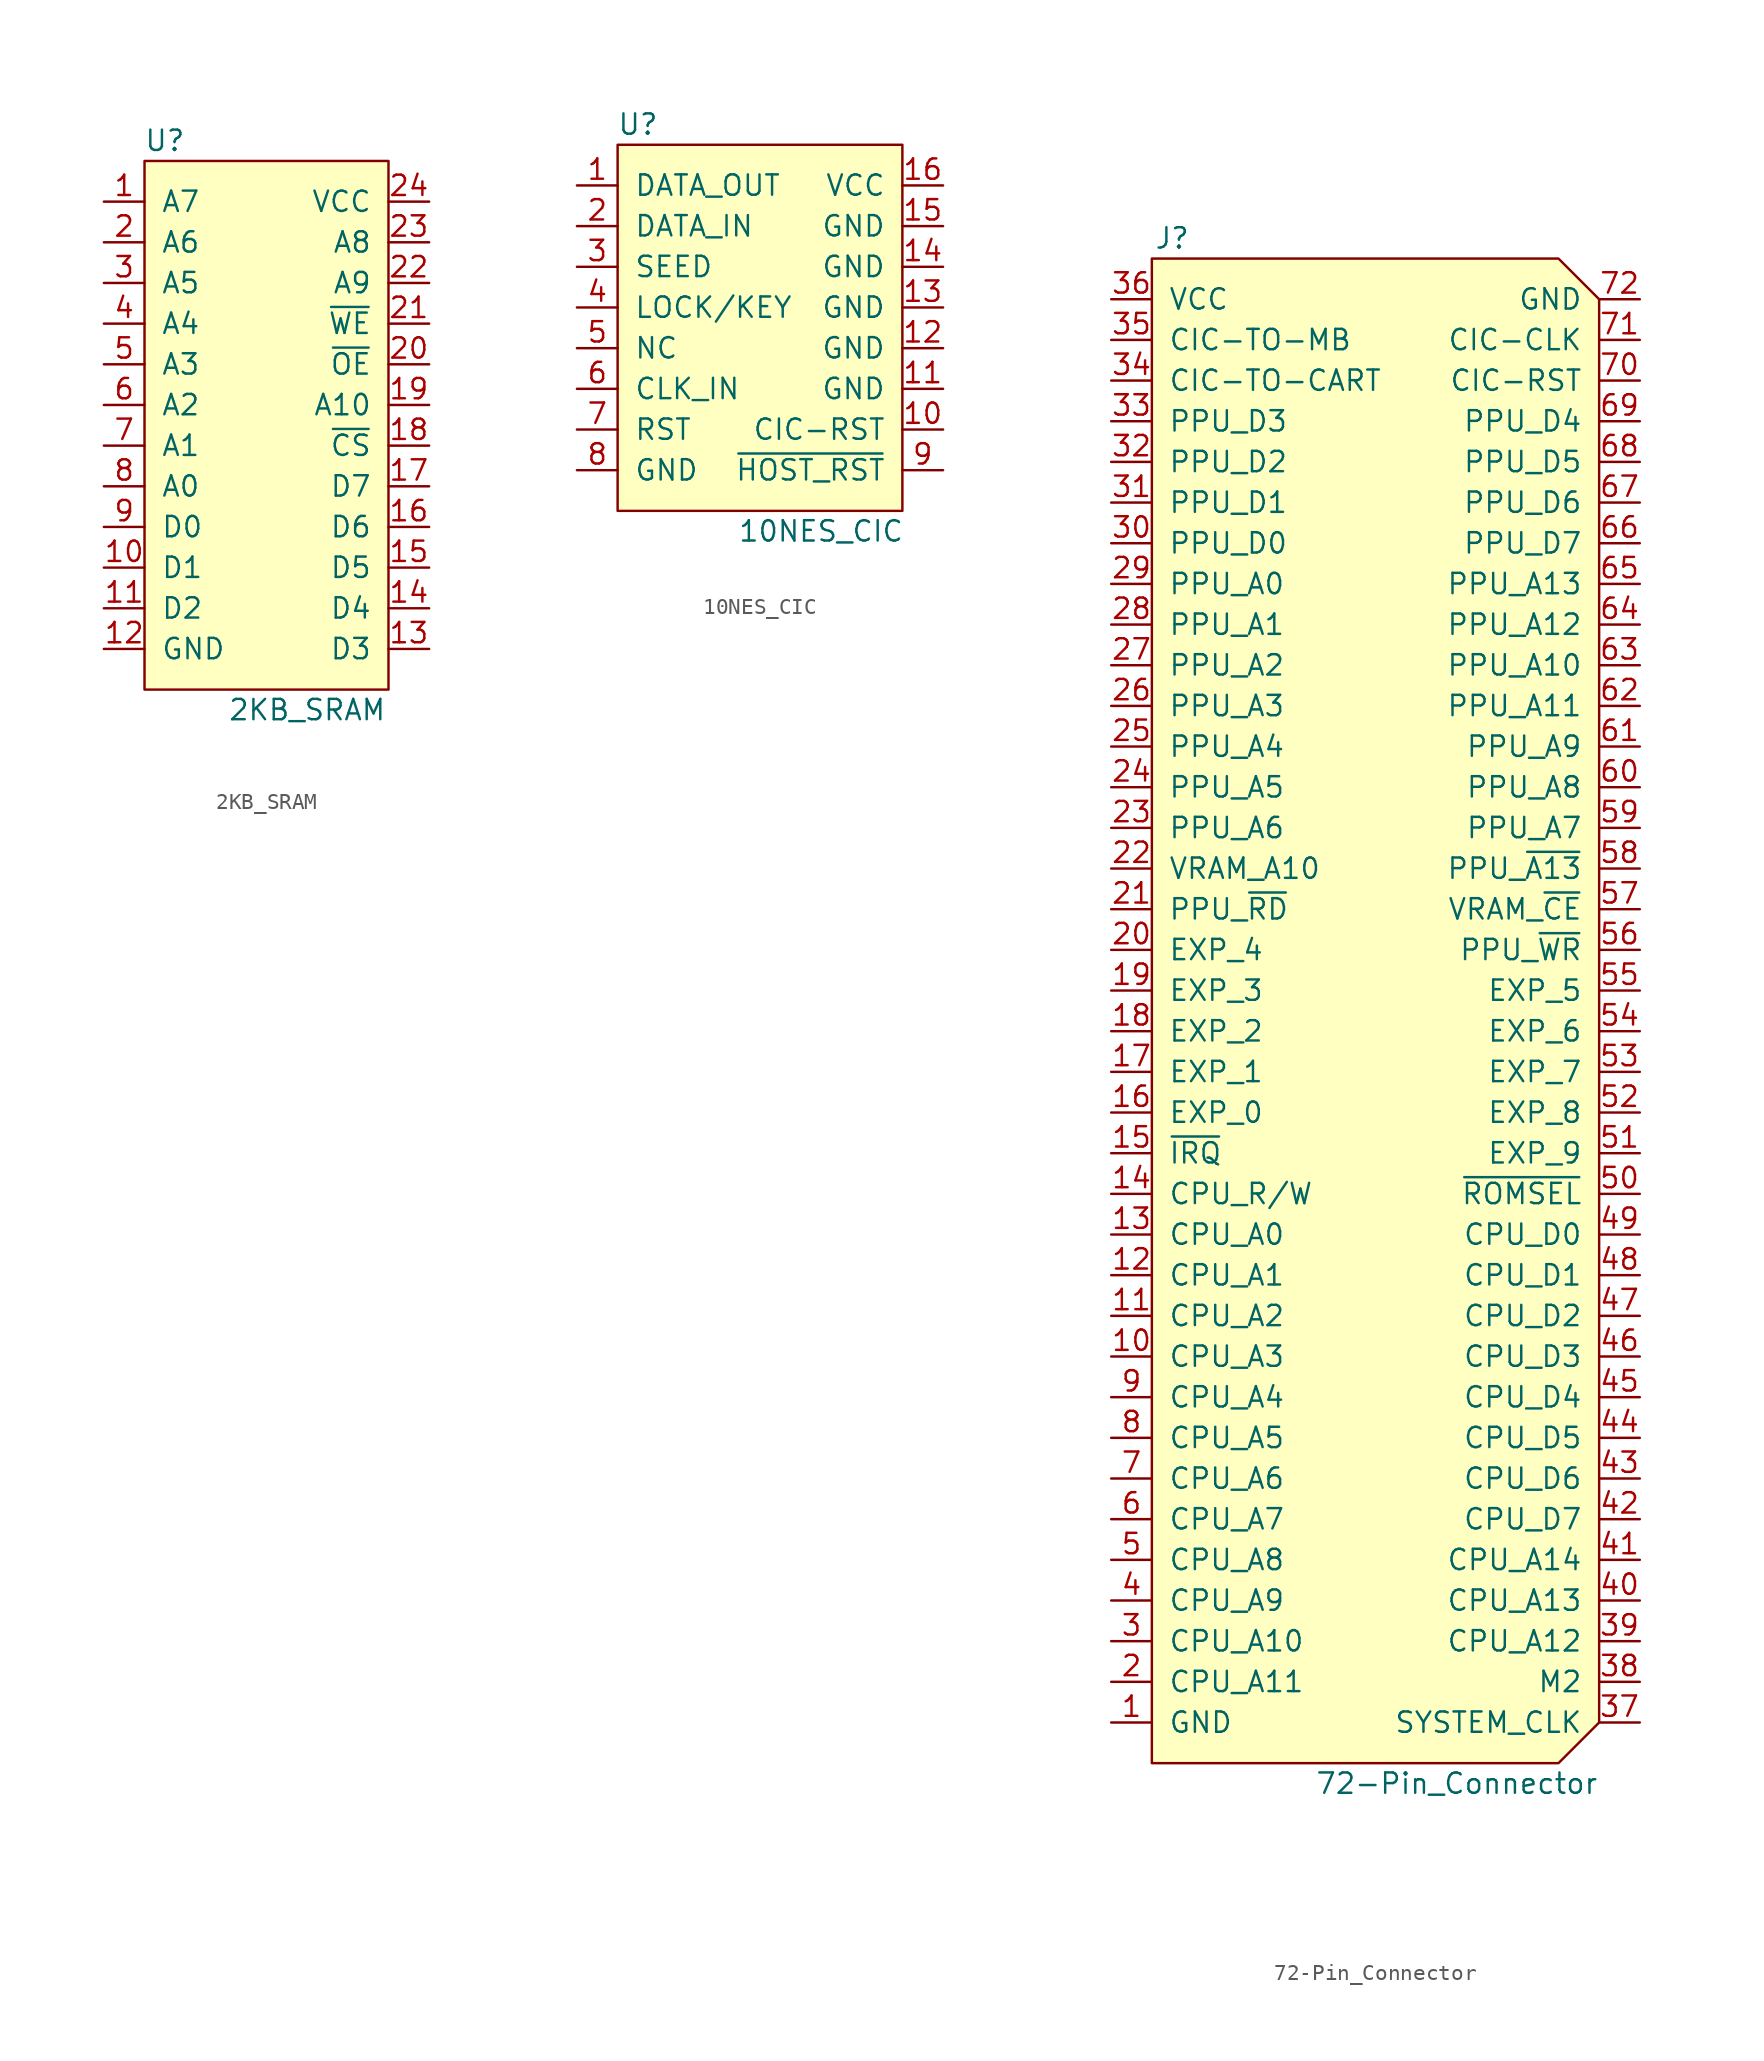
<source format=kicad_sym>
(kicad_symbol_lib
  (version 20231120)
  (generator "kicad_symbol_editor")
  (generator_version "8.0")
  (symbol "2KB_SRAM"
    (pin_names
      (offset 1.016))
    (property "Reference" "U"
      (at -6.35 17.78 0)
      (effects (font (size 1.27 1.27))))
    (property "Value" "2KB_SRAM"
      (at 2.54 -17.78 0)
      (effects (font (size 1.27 1.27))))
    (symbol "2KB_SRAM_0_1"
      (rectangle (start 7.62 16.51) (end -7.62 -16.51) (stroke (width 0) (type solid)) (fill (type background))))
    (symbol "2KB_SRAM_1_1"
      (pin passive line (at -10.16 13.97 0) (length 2.54) (name "A7" (effects (font (size 1.27 1.27)))) (number "1" (effects (font (size 1.27 1.27)))))
      (pin passive line (at -10.16 -8.89 0) (length 2.54) (name "D1" (effects (font (size 1.27 1.27)))) (number "10" (effects (font (size 1.27 1.27)))))
      (pin passive line (at -10.16 -11.43 0) (length 2.54) (name "D2" (effects (font (size 1.27 1.27)))) (number "11" (effects (font (size 1.27 1.27)))))
      (pin passive line (at -10.16 -13.97 0) (length 2.54) (name "GND~{}" (effects (font (size 1.27 1.27)))) (number "12" (effects (font (size 1.27 1.27)))))
      (pin passive line (at 10.16 -13.97 180) (length 2.54) (name "D3" (effects (font (size 1.27 1.27)))) (number "13" (effects (font (size 1.27 1.27)))))
      (pin passive line (at 10.16 -11.43 180) (length 2.54) (name "D4" (effects (font (size 1.27 1.27)))) (number "14" (effects (font (size 1.27 1.27)))))
      (pin passive line (at 10.16 -8.89 180) (length 2.54) (name "D5" (effects (font (size 1.27 1.27)))) (number "15" (effects (font (size 1.27 1.27)))))
      (pin passive line (at 10.16 -6.35 180) (length 2.54) (name "D6" (effects (font (size 1.27 1.27)))) (number "16" (effects (font (size 1.27 1.27)))))
      (pin passive line (at 10.16 -3.81 180) (length 2.54) (name "D7" (effects (font (size 1.27 1.27)))) (number "17" (effects (font (size 1.27 1.27)))))
      (pin passive line (at 10.16 -1.27 180) (length 2.54) (name "~{CS}" (effects (font (size 1.27 1.27)))) (number "18" (effects (font (size 1.27 1.27)))))
      (pin passive line (at 10.16 1.27 180) (length 2.54) (name "A10" (effects (font (size 1.27 1.27)))) (number "19" (effects (font (size 1.27 1.27)))))
      (pin passive line (at -10.16 11.43 0) (length 2.54) (name "A6~{}" (effects (font (size 1.27 1.27)))) (number "2" (effects (font (size 1.27 1.27)))))
      (pin passive line (at 10.16 3.81 180) (length 2.54) (name "~{OE}" (effects (font (size 1.27 1.27)))) (number "20" (effects (font (size 1.27 1.27)))))
      (pin passive line (at 10.16 6.35 180) (length 2.54) (name "~{WE}" (effects (font (size 1.27 1.27)))) (number "21" (effects (font (size 1.27 1.27)))))
      (pin passive line (at 10.16 8.89 180) (length 2.54) (name "A9" (effects (font (size 1.27 1.27)))) (number "22" (effects (font (size 1.27 1.27)))))
      (pin passive line (at 10.16 11.43 180) (length 2.54) (name "A8" (effects (font (size 1.27 1.27)))) (number "23" (effects (font (size 1.27 1.27)))))
      (pin passive line (at 10.16 13.97 180) (length 2.54) (name "VCC" (effects (font (size 1.27 1.27)))) (number "24" (effects (font (size 1.27 1.27)))))
      (pin passive line (at -10.16 8.89 0) (length 2.54) (name "A5~{}" (effects (font (size 1.27 1.27)))) (number "3" (effects (font (size 1.27 1.27)))))
      (pin passive line (at -10.16 6.35 0) (length 2.54) (name "A4~{}" (effects (font (size 1.27 1.27)))) (number "4" (effects (font (size 1.27 1.27)))))
      (pin passive line (at -10.16 3.81 0) (length 2.54) (name "A3~{}" (effects (font (size 1.27 1.27)))) (number "5" (effects (font (size 1.27 1.27)))))
      (pin passive line (at -10.16 1.27 0) (length 2.54) (name "A2" (effects (font (size 1.27 1.27)))) (number "6" (effects (font (size 1.27 1.27)))))
      (pin passive line (at -10.16 -1.27 0) (length 2.54) (name "A1" (effects (font (size 1.27 1.27)))) (number "7" (effects (font (size 1.27 1.27)))))
      (pin passive line (at -10.16 -3.81 0) (length 2.54) (name "A0" (effects (font (size 1.27 1.27)))) (number "8" (effects (font (size 1.27 1.27)))))
      (pin passive line (at -10.16 -6.35 0) (length 2.54) (name "D0" (effects (font (size 1.27 1.27)))) (number "9" (effects (font (size 1.27 1.27)))))))
  (symbol "10NES_CIC"
    (pin_names
      (offset 1.016))
    (property "Reference" "U"
      (at -7.62 13.97 0)
      (effects (font (size 1.27 1.27))))
    (property "Value" "10NES_CIC"
      (at 3.81 -11.43 0)
      (effects (font (size 1.27 1.27))))
    (symbol "10NES_CIC_0_1"
      (rectangle (start -8.89 12.7) (end 8.89 -10.16) (stroke (width 0) (type solid)) (fill (type background))))
    (symbol "10NES_CIC_1_1"
      (pin output line (at -11.43 10.16 0) (length 2.54) (name "DATA_OUT" (effects (font (size 1.27 1.27)))) (number "1" (effects (font (size 1.27 1.27)))))
      (pin output line (at 11.43 -5.08 180) (length 2.54) (name "CIC-RST" (effects (font (size 1.27 1.27)))) (number "10" (effects (font (size 1.27 1.27)))))
      (pin passive line (at 11.43 -2.54 180) (length 2.54) (name "GND" (effects (font (size 1.27 1.27)))) (number "11" (effects (font (size 1.27 1.27)))))
      (pin passive line (at 11.43 0 180) (length 2.54) (name "GND" (effects (font (size 1.27 1.27)))) (number "12" (effects (font (size 1.27 1.27)))))
      (pin passive line (at 11.43 2.54 180) (length 2.54) (name "GND" (effects (font (size 1.27 1.27)))) (number "13" (effects (font (size 1.27 1.27)))))
      (pin passive line (at 11.43 5.08 180) (length 2.54) (name "GND" (effects (font (size 1.27 1.27)))) (number "14" (effects (font (size 1.27 1.27)))))
      (pin passive line (at 11.43 7.62 180) (length 2.54) (name "GND" (effects (font (size 1.27 1.27)))) (number "15" (effects (font (size 1.27 1.27)))))
      (pin passive line (at 11.43 10.16 180) (length 2.54) (name "VCC" (effects (font (size 1.27 1.27)))) (number "16" (effects (font (size 1.27 1.27)))))
      (pin input line (at -11.43 7.62 0) (length 2.54) (name "DATA_IN" (effects (font (size 1.27 1.27)))) (number "2" (effects (font (size 1.27 1.27)))))
      (pin input line (at -11.43 5.08 0) (length 2.54) (name "SEED" (effects (font (size 1.27 1.27)))) (number "3" (effects (font (size 1.27 1.27)))))
      (pin input line (at -11.43 2.54 0) (length 2.54) (name "LOCK/KEY" (effects (font (size 1.27 1.27)))) (number "4" (effects (font (size 1.27 1.27)))))
      (pin passive line (at -11.43 0 0) (length 2.54) (name "NC" (effects (font (size 1.27 1.27)))) (number "5" (effects (font (size 1.27 1.27)))))
      (pin input line (at -11.43 -2.54 0) (length 2.54) (name "CLK_IN" (effects (font (size 1.27 1.27)))) (number "6" (effects (font (size 1.27 1.27)))))
      (pin input line (at -11.43 -5.08 0) (length 2.54) (name "RST" (effects (font (size 1.27 1.27)))) (number "7" (effects (font (size 1.27 1.27)))))
      (pin passive line (at -11.43 -7.62 0) (length 2.54) (name "GND" (effects (font (size 1.27 1.27)))) (number "8" (effects (font (size 1.27 1.27)))))
      (pin output line (at 11.43 -7.62 180) (length 2.54) (name "~{HOST_RST}" (effects (font (size 1.27 1.27)))) (number "9" (effects (font (size 1.27 1.27)))))))
  (symbol "72-Pin_Connector"
    (pin_names
      (offset 1.016))
    (property "Reference" "J"
      (at -12.7 49.53 0)
      (effects (font (size 1.27 1.27))))
    (property "Value" "72-Pin_Connector"
      (at 5.08 -46.99 0)
      (effects (font (size 1.27 1.27))))
    (symbol "72-Pin_Connector_0_1"
      (polyline (pts (xy 13.97 -43.18) (xy 11.43 -45.72) (xy -13.97 -45.72) (xy -13.97 48.26) (xy 11.43 48.26) (xy 13.97 45.72) (xy 13.97 -43.18)) (stroke (width 0) (type solid)) (fill (type background))))
    (symbol "72-Pin_Connector_1_1"
      (pin passive line (at -16.51 -43.18 0) (length 2.54) (name "GND" (effects (font (size 1.27 1.27)))) (number "1" (effects (font (size 1.27 1.27)))))
      (pin input line (at -16.51 -20.32 0) (length 2.54) (name "CPU_A3" (effects (font (size 1.27 1.27)))) (number "10" (effects (font (size 1.27 1.27)))))
      (pin input line (at -16.51 -17.78 0) (length 2.54) (name "CPU_A2" (effects (font (size 1.27 1.27)))) (number "11" (effects (font (size 1.27 1.27)))))
      (pin input line (at -16.51 -15.24 0) (length 2.54) (name "CPU_A1" (effects (font (size 1.27 1.27)))) (number "12" (effects (font (size 1.27 1.27)))))
      (pin input line (at -16.51 -12.7 0) (length 2.54) (name "CPU_A0" (effects (font (size 1.27 1.27)))) (number "13" (effects (font (size 1.27 1.27)))))
      (pin input line (at -16.51 -10.16 0) (length 2.54) (name "CPU_R/W" (effects (font (size 1.27 1.27)))) (number "14" (effects (font (size 1.27 1.27)))))
      (pin output line (at -16.51 -7.62 0) (length 2.54) (name "~{IRQ}" (effects (font (size 1.27 1.27)))) (number "15" (effects (font (size 1.27 1.27)))))
      (pin passive line (at -16.51 -5.08 0) (length 2.54) (name "EXP_0" (effects (font (size 1.27 1.27)))) (number "16" (effects (font (size 1.27 1.27)))))
      (pin passive line (at -16.51 -2.54 0) (length 2.54) (name "EXP_1" (effects (font (size 1.27 1.27)))) (number "17" (effects (font (size 1.27 1.27)))))
      (pin passive line (at -16.51 0 0) (length 2.54) (name "EXP_2" (effects (font (size 1.27 1.27)))) (number "18" (effects (font (size 1.27 1.27)))))
      (pin passive line (at -16.51 2.54 0) (length 2.54) (name "EXP_3" (effects (font (size 1.27 1.27)))) (number "19" (effects (font (size 1.27 1.27)))))
      (pin input line (at -16.51 -40.64 0) (length 2.54) (name "CPU_A11" (effects (font (size 1.27 1.27)))) (number "2" (effects (font (size 1.27 1.27)))))
      (pin passive line (at -16.51 5.08 0) (length 2.54) (name "EXP_4" (effects (font (size 1.27 1.27)))) (number "20" (effects (font (size 1.27 1.27)))))
      (pin input line (at -16.51 7.62 0) (length 2.54) (name "PPU_~{RD}" (effects (font (size 1.27 1.27)))) (number "21" (effects (font (size 1.27 1.27)))))
      (pin output line (at -16.51 10.16 0) (length 2.54) (name "VRAM_A10" (effects (font (size 1.27 1.27)))) (number "22" (effects (font (size 1.27 1.27)))))
      (pin input line (at -16.51 12.7 0) (length 2.54) (name "PPU_A6" (effects (font (size 1.27 1.27)))) (number "23" (effects (font (size 1.27 1.27)))))
      (pin input line (at -16.51 15.24 0) (length 2.54) (name "PPU_A5" (effects (font (size 1.27 1.27)))) (number "24" (effects (font (size 1.27 1.27)))))
      (pin input line (at -16.51 17.78 0) (length 2.54) (name "PPU_A4" (effects (font (size 1.27 1.27)))) (number "25" (effects (font (size 1.27 1.27)))))
      (pin input line (at -16.51 20.32 0) (length 2.54) (name "PPU_A3" (effects (font (size 1.27 1.27)))) (number "26" (effects (font (size 1.27 1.27)))))
      (pin input line (at -16.51 22.86 0) (length 2.54) (name "PPU_A2" (effects (font (size 1.27 1.27)))) (number "27" (effects (font (size 1.27 1.27)))))
      (pin input line (at -16.51 25.4 0) (length 2.54) (name "PPU_A1" (effects (font (size 1.27 1.27)))) (number "28" (effects (font (size 1.27 1.27)))))
      (pin input line (at -16.51 27.94 0) (length 2.54) (name "PPU_A0" (effects (font (size 1.27 1.27)))) (number "29" (effects (font (size 1.27 1.27)))))
      (pin input line (at -16.51 -38.1 0) (length 2.54) (name "CPU_A10" (effects (font (size 1.27 1.27)))) (number "3" (effects (font (size 1.27 1.27)))))
      (pin bidirectional line (at -16.51 30.48 0) (length 2.54) (name "PPU_D0" (effects (font (size 1.27 1.27)))) (number "30" (effects (font (size 1.27 1.27)))))
      (pin bidirectional line (at -16.51 33.02 0) (length 2.54) (name "PPU_D1" (effects (font (size 1.27 1.27)))) (number "31" (effects (font (size 1.27 1.27)))))
      (pin bidirectional line (at -16.51 35.56 0) (length 2.54) (name "PPU_D2" (effects (font (size 1.27 1.27)))) (number "32" (effects (font (size 1.27 1.27)))))
      (pin bidirectional line (at -16.51 38.1 0) (length 2.54) (name "PPU_D3" (effects (font (size 1.27 1.27)))) (number "33" (effects (font (size 1.27 1.27)))))
      (pin input line (at -16.51 40.64 0) (length 2.54) (name "CIC-TO-CART" (effects (font (size 1.27 1.27)))) (number "34" (effects (font (size 1.27 1.27)))))
      (pin output line (at -16.51 43.18 0) (length 2.54) (name "CIC-TO-MB" (effects (font (size 1.27 1.27)))) (number "35" (effects (font (size 1.27 1.27)))))
      (pin passive line (at -16.51 45.72 0) (length 2.54) (name "VCC" (effects (font (size 1.27 1.27)))) (number "36" (effects (font (size 1.27 1.27)))))
      (pin input line (at 16.51 -43.18 180) (length 2.54) (name "SYSTEM_CLK" (effects (font (size 1.27 1.27)))) (number "37" (effects (font (size 1.27 1.27)))))
      (pin input line (at 16.51 -40.64 180) (length 2.54) (name "M2" (effects (font (size 1.27 1.27)))) (number "38" (effects (font (size 1.27 1.27)))))
      (pin input line (at 16.51 -38.1 180) (length 2.54) (name "CPU_A12" (effects (font (size 1.27 1.27)))) (number "39" (effects (font (size 1.27 1.27)))))
      (pin input line (at -16.51 -35.56 0) (length 2.54) (name "CPU_A9" (effects (font (size 1.27 1.27)))) (number "4" (effects (font (size 1.27 1.27)))))
      (pin input line (at 16.51 -35.56 180) (length 2.54) (name "CPU_A13" (effects (font (size 1.27 1.27)))) (number "40" (effects (font (size 1.27 1.27)))))
      (pin input line (at 16.51 -33.02 180) (length 2.54) (name "CPU_A14" (effects (font (size 1.27 1.27)))) (number "41" (effects (font (size 1.27 1.27)))))
      (pin bidirectional line (at 16.51 -30.48 180) (length 2.54) (name "CPU_D7" (effects (font (size 1.27 1.27)))) (number "42" (effects (font (size 1.27 1.27)))))
      (pin bidirectional line (at 16.51 -27.94 180) (length 2.54) (name "CPU_D6" (effects (font (size 1.27 1.27)))) (number "43" (effects (font (size 1.27 1.27)))))
      (pin bidirectional line (at 16.51 -25.4 180) (length 2.54) (name "CPU_D5" (effects (font (size 1.27 1.27)))) (number "44" (effects (font (size 1.27 1.27)))))
      (pin bidirectional line (at 16.51 -22.86 180) (length 2.54) (name "CPU_D4" (effects (font (size 1.27 1.27)))) (number "45" (effects (font (size 1.27 1.27)))))
      (pin bidirectional line (at 16.51 -20.32 180) (length 2.54) (name "CPU_D3" (effects (font (size 1.27 1.27)))) (number "46" (effects (font (size 1.27 1.27)))))
      (pin bidirectional line (at 16.51 -17.78 180) (length 2.54) (name "CPU_D2" (effects (font (size 1.27 1.27)))) (number "47" (effects (font (size 1.27 1.27)))))
      (pin bidirectional line (at 16.51 -15.24 180) (length 2.54) (name "CPU_D1" (effects (font (size 1.27 1.27)))) (number "48" (effects (font (size 1.27 1.27)))))
      (pin bidirectional line (at 16.51 -12.7 180) (length 2.54) (name "CPU_D0" (effects (font (size 1.27 1.27)))) (number "49" (effects (font (size 1.27 1.27)))))
      (pin input line (at -16.51 -33.02 0) (length 2.54) (name "CPU_A8" (effects (font (size 1.27 1.27)))) (number "5" (effects (font (size 1.27 1.27)))))
      (pin input line (at 16.51 -10.16 180) (length 2.54) (name "~{ROMSEL}" (effects (font (size 1.27 1.27)))) (number "50" (effects (font (size 1.27 1.27)))))
      (pin passive line (at 16.51 -7.62 180) (length 2.54) (name "EXP_9" (effects (font (size 1.27 1.27)))) (number "51" (effects (font (size 1.27 1.27)))))
      (pin passive line (at 16.51 -5.08 180) (length 2.54) (name "EXP_8" (effects (font (size 1.27 1.27)))) (number "52" (effects (font (size 1.27 1.27)))))
      (pin passive line (at 16.51 -2.54 180) (length 2.54) (name "EXP_7" (effects (font (size 1.27 1.27)))) (number "53" (effects (font (size 1.27 1.27)))))
      (pin passive line (at 16.51 0 180) (length 2.54) (name "EXP_6" (effects (font (size 1.27 1.27)))) (number "54" (effects (font (size 1.27 1.27)))))
      (pin passive line (at 16.51 2.54 180) (length 2.54) (name "EXP_5" (effects (font (size 1.27 1.27)))) (number "55" (effects (font (size 1.27 1.27)))))
      (pin input line (at 16.51 5.08 180) (length 2.54) (name "PPU_~{WR}" (effects (font (size 1.27 1.27)))) (number "56" (effects (font (size 1.27 1.27)))))
      (pin output line (at 16.51 7.62 180) (length 2.54) (name "VRAM_~{CE}" (effects (font (size 1.27 1.27)))) (number "57" (effects (font (size 1.27 1.27)))))
      (pin input line (at 16.51 10.16 180) (length 2.54) (name "PPU_~{A13}" (effects (font (size 1.27 1.27)))) (number "58" (effects (font (size 1.27 1.27)))))
      (pin input line (at 16.51 12.7 180) (length 2.54) (name "PPU_A7" (effects (font (size 1.27 1.27)))) (number "59" (effects (font (size 1.27 1.27)))))
      (pin input line (at -16.51 -30.48 0) (length 2.54) (name "CPU_A7" (effects (font (size 1.27 1.27)))) (number "6" (effects (font (size 1.27 1.27)))))
      (pin input line (at 16.51 15.24 180) (length 2.54) (name "PPU_A8" (effects (font (size 1.27 1.27)))) (number "60" (effects (font (size 1.27 1.27)))))
      (pin input line (at 16.51 17.78 180) (length 2.54) (name "PPU_A9" (effects (font (size 1.27 1.27)))) (number "61" (effects (font (size 1.27 1.27)))))
      (pin input line (at 16.51 20.32 180) (length 2.54) (name "PPU_A11" (effects (font (size 1.27 1.27)))) (number "62" (effects (font (size 1.27 1.27)))))
      (pin input line (at 16.51 22.86 180) (length 2.54) (name "PPU_A10" (effects (font (size 1.27 1.27)))) (number "63" (effects (font (size 1.27 1.27)))))
      (pin input line (at 16.51 25.4 180) (length 2.54) (name "PPU_A12" (effects (font (size 1.27 1.27)))) (number "64" (effects (font (size 1.27 1.27)))))
      (pin input line (at 16.51 27.94 180) (length 2.54) (name "PPU_A13" (effects (font (size 1.27 1.27)))) (number "65" (effects (font (size 1.27 1.27)))))
      (pin bidirectional line (at 16.51 30.48 180) (length 2.54) (name "PPU_D7" (effects (font (size 1.27 1.27)))) (number "66" (effects (font (size 1.27 1.27)))))
      (pin bidirectional line (at 16.51 33.02 180) (length 2.54) (name "PPU_D6" (effects (font (size 1.27 1.27)))) (number "67" (effects (font (size 1.27 1.27)))))
      (pin bidirectional line (at 16.51 35.56 180) (length 2.54) (name "PPU_D5" (effects (font (size 1.27 1.27)))) (number "68" (effects (font (size 1.27 1.27)))))
      (pin bidirectional line (at 16.51 38.1 180) (length 2.54) (name "PPU_D4" (effects (font (size 1.27 1.27)))) (number "69" (effects (font (size 1.27 1.27)))))
      (pin input line (at -16.51 -27.94 0) (length 2.54) (name "CPU_A6" (effects (font (size 1.27 1.27)))) (number "7" (effects (font (size 1.27 1.27)))))
      (pin input line (at 16.51 40.64 180) (length 2.54) (name "CIC-RST" (effects (font (size 1.27 1.27)))) (number "70" (effects (font (size 1.27 1.27)))))
      (pin input line (at 16.51 43.18 180) (length 2.54) (name "CIC-CLK" (effects (font (size 1.27 1.27)))) (number "71" (effects (font (size 1.27 1.27)))))
      (pin passive line (at 16.51 45.72 180) (length 2.54) (name "GND" (effects (font (size 1.27 1.27)))) (number "72" (effects (font (size 1.27 1.27)))))
      (pin input line (at -16.51 -25.4 0) (length 2.54) (name "CPU_A5" (effects (font (size 1.27 1.27)))) (number "8" (effects (font (size 1.27 1.27)))))
      (pin input line (at -16.51 -22.86 0) (length 2.54) (name "CPU_A4" (effects (font (size 1.27 1.27)))) (number "9" (effects (font (size 1.27 1.27))))))))
</source>
